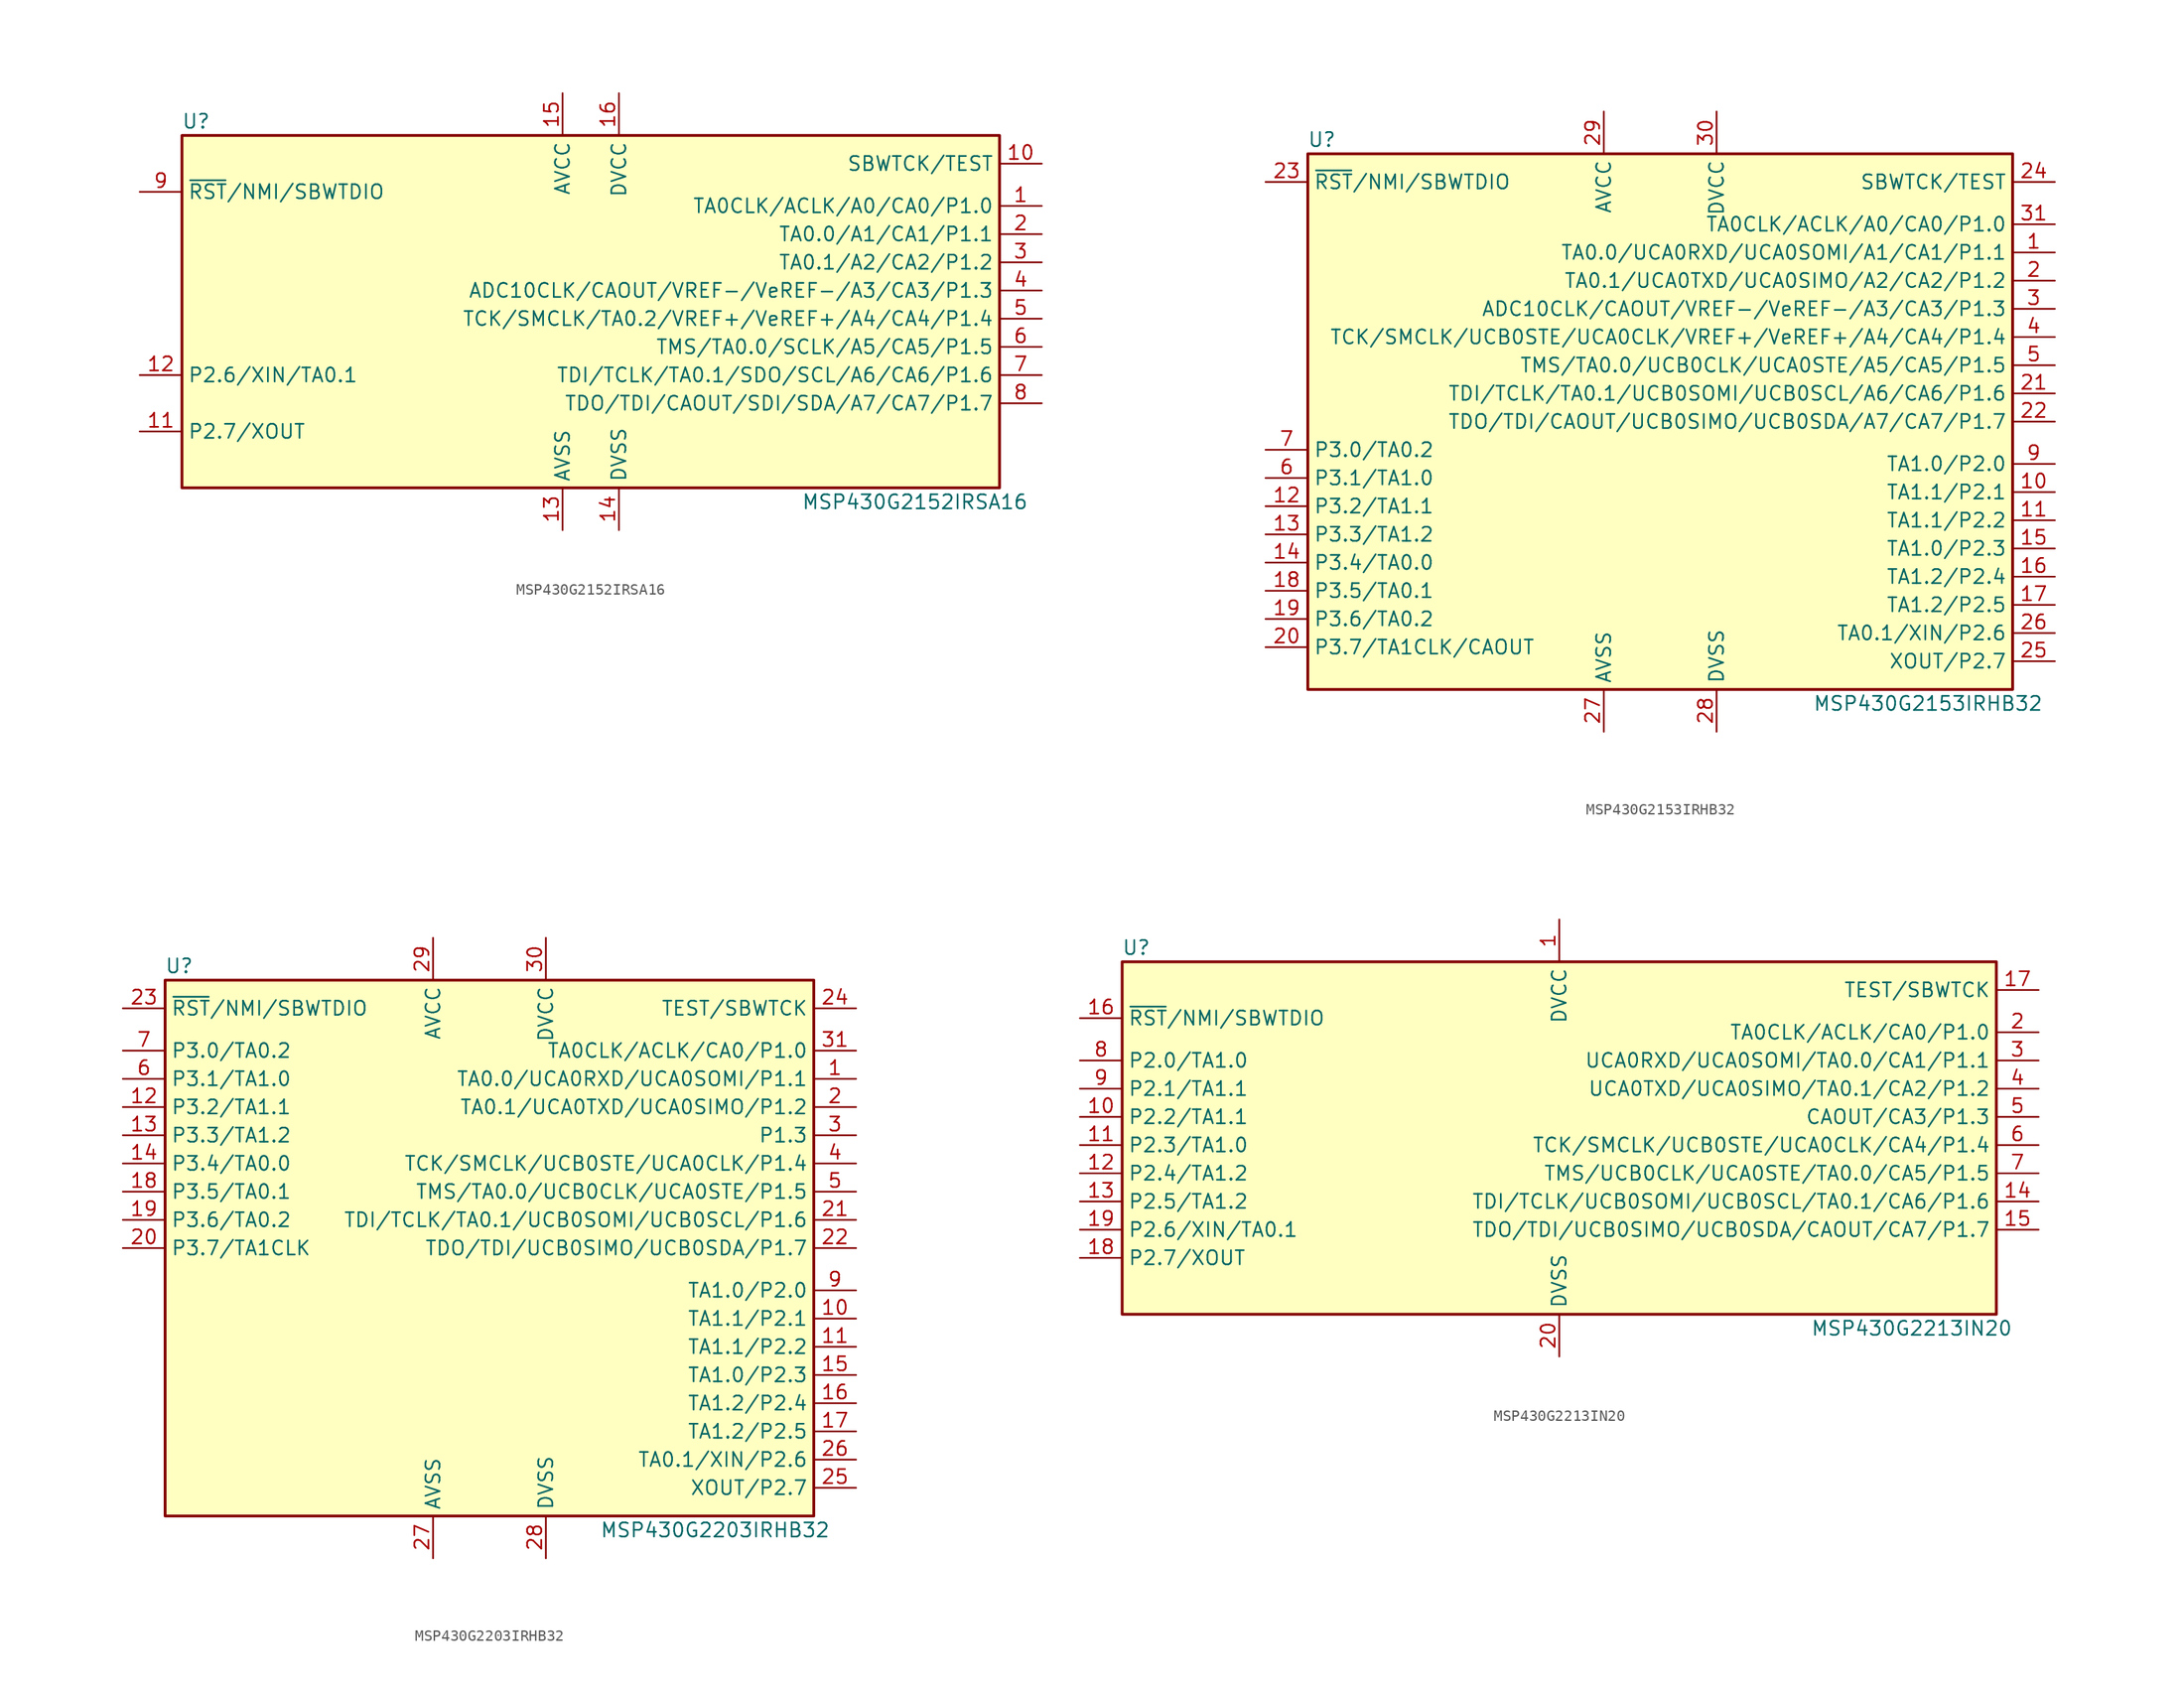
<source format=kicad_sym>
(kicad_symbol_lib
  (version 20201005)
  (generator kicad_symbol_editor)
  (symbol "MSP430G2152IRSA16"
    (property "Reference" "U"
      (at -35.56 17.78 0)
      (effects (font (size 1.27 1.27))))
    (property "Value" "MSP430G2152IRSA16"
      (at 29.21 -16.51 0)
      (effects (font (size 1.27 1.27))))
    (symbol "MSP430G2152IRSA16_0_1"
      (rectangle (start -36.83 16.51) (end 36.83 -15.24) (stroke (width 0.254)) (fill (type background))))
    (symbol "MSP430G2152IRSA16_1_1"
      (pin bidirectional line (at 40.64 10.16 180) (length 3.81) (name "TA0CLK/ACLK/A0/CA0/P1.0" (effects (font (size 1.27 1.27)))) (number "1" (effects (font (size 1.27 1.27)))))
      (pin input line (at 40.64 13.97 180) (length 3.81) (name "SBWTCK/TEST" (effects (font (size 1.27 1.27)))) (number "10" (effects (font (size 1.27 1.27)))))
      (pin bidirectional line (at -40.64 -10.16 0) (length 3.81) (name "P2.7/XOUT" (effects (font (size 1.27 1.27)))) (number "11" (effects (font (size 1.27 1.27)))))
      (pin bidirectional line (at -40.64 -5.08 0) (length 3.81) (name "P2.6/XIN/TA0.1" (effects (font (size 1.27 1.27)))) (number "12" (effects (font (size 1.27 1.27)))))
      (pin power_in line (at -2.54 -19.05 90) (length 3.81) (name "AVSS" (effects (font (size 1.27 1.27)))) (number "13" (effects (font (size 1.27 1.27)))))
      (pin power_in line (at 2.54 -19.05 90) (length 3.81) (name "DVSS" (effects (font (size 1.27 1.27)))) (number "14" (effects (font (size 1.27 1.27)))))
      (pin power_in line (at -2.54 20.32 270) (length 3.81) (name "AVCC" (effects (font (size 1.27 1.27)))) (number "15" (effects (font (size 1.27 1.27)))))
      (pin power_in line (at 2.54 20.32 270) (length 3.81) (name "DVCC" (effects (font (size 1.27 1.27)))) (number "16" (effects (font (size 1.27 1.27)))))
      (pin bidirectional line (at 40.64 7.62 180) (length 3.81) (name "TA0.0/A1/CA1/P1.1" (effects (font (size 1.27 1.27)))) (number "2" (effects (font (size 1.27 1.27)))))
      (pin bidirectional line (at 40.64 5.08 180) (length 3.81) (name "TA0.1/A2/CA2/P1.2" (effects (font (size 1.27 1.27)))) (number "3" (effects (font (size 1.27 1.27)))))
      (pin bidirectional line (at 40.64 2.54 180) (length 3.81) (name "ADC10CLK/CAOUT/VREF-/VeREF-/A3/CA3/P1.3" (effects (font (size 1.27 1.27)))) (number "4" (effects (font (size 1.27 1.27)))))
      (pin bidirectional line (at 40.64 0 180) (length 3.81) (name "TCK/SMCLK/TA0.2/VREF+/VeREF+/A4/CA4/P1.4" (effects (font (size 1.27 1.27)))) (number "5" (effects (font (size 1.27 1.27)))))
      (pin bidirectional line (at 40.64 -2.54 180) (length 3.81) (name "TMS/TA0.0/SCLK/A5/CA5/P1.5" (effects (font (size 1.27 1.27)))) (number "6" (effects (font (size 1.27 1.27)))))
      (pin bidirectional line (at 40.64 -5.08 180) (length 3.81) (name "TDI/TCLK/TA0.1/SDO/SCL/A6/CA6/P1.6" (effects (font (size 1.27 1.27)))) (number "7" (effects (font (size 1.27 1.27)))))
      (pin bidirectional line (at 40.64 -7.62 180) (length 3.81) (name "TDO/TDI/CAOUT/SDI/SDA/A7/CA7/P1.7" (effects (font (size 1.27 1.27)))) (number "8" (effects (font (size 1.27 1.27)))))
      (pin input line (at -40.64 11.43 0) (length 3.81) (name "~RST~/NMI/SBWTDIO" (effects (font (size 1.27 1.27)))) (number "9" (effects (font (size 1.27 1.27)))))))
  (symbol "MSP430G2153IRHB32"
    (property "Reference" "U"
      (at -30.48 25.4 0)
      (effects (font (size 1.27 1.27))))
    (property "Value" "MSP430G2153IRHB32"
      (at 24.13 -25.4 0)
      (effects (font (size 1.27 1.27))))
    (symbol "MSP430G2153IRHB32_0_1"
      (rectangle (start -31.75 24.13) (end 31.75 -24.13) (stroke (width 0.254)) (fill (type background))))
    (symbol "MSP430G2153IRHB32_1_1"
      (pin bidirectional line (at 35.56 15.24 180) (length 3.81) (name "TA0.0/UCA0RXD/UCA0SOMI/A1/CA1/P1.1" (effects (font (size 1.27 1.27)))) (number "1" (effects (font (size 1.27 1.27)))))
      (pin bidirectional line (at 35.56 -6.35 180) (length 3.81) (name "TA1.1/P2.1" (effects (font (size 1.27 1.27)))) (number "10" (effects (font (size 1.27 1.27)))))
      (pin bidirectional line (at 35.56 -8.89 180) (length 3.81) (name "TA1.1/P2.2" (effects (font (size 1.27 1.27)))) (number "11" (effects (font (size 1.27 1.27)))))
      (pin bidirectional line (at -35.56 -7.62 0) (length 3.81) (name "P3.2/TA1.1" (effects (font (size 1.27 1.27)))) (number "12" (effects (font (size 1.27 1.27)))))
      (pin bidirectional line (at -35.56 -10.16 0) (length 3.81) (name "P3.3/TA1.2" (effects (font (size 1.27 1.27)))) (number "13" (effects (font (size 1.27 1.27)))))
      (pin bidirectional line (at -35.56 -12.7 0) (length 3.81) (name "P3.4/TA0.0" (effects (font (size 1.27 1.27)))) (number "14" (effects (font (size 1.27 1.27)))))
      (pin bidirectional line (at 35.56 -11.43 180) (length 3.81) (name "TA1.0/P2.3" (effects (font (size 1.27 1.27)))) (number "15" (effects (font (size 1.27 1.27)))))
      (pin bidirectional line (at 35.56 -13.97 180) (length 3.81) (name "TA1.2/P2.4" (effects (font (size 1.27 1.27)))) (number "16" (effects (font (size 1.27 1.27)))))
      (pin bidirectional line (at 35.56 -16.51 180) (length 3.81) (name "TA1.2/P2.5" (effects (font (size 1.27 1.27)))) (number "17" (effects (font (size 1.27 1.27)))))
      (pin bidirectional line (at -35.56 -15.24 0) (length 3.81) (name "P3.5/TA0.1" (effects (font (size 1.27 1.27)))) (number "18" (effects (font (size 1.27 1.27)))))
      (pin bidirectional line (at -35.56 -17.78 0) (length 3.81) (name "P3.6/TA0.2" (effects (font (size 1.27 1.27)))) (number "19" (effects (font (size 1.27 1.27)))))
      (pin bidirectional line (at 35.56 12.7 180) (length 3.81) (name "TA0.1/UCA0TXD/UCA0SIMO/A2/CA2/P1.2" (effects (font (size 1.27 1.27)))) (number "2" (effects (font (size 1.27 1.27)))))
      (pin bidirectional line (at -35.56 -20.32 0) (length 3.81) (name "P3.7/TA1CLK/CAOUT" (effects (font (size 1.27 1.27)))) (number "20" (effects (font (size 1.27 1.27)))))
      (pin bidirectional line (at 35.56 2.54 180) (length 3.81) (name "TDI/TCLK/TA0.1/UCB0SOMI/UCB0SCL/A6/CA6/P1.6" (effects (font (size 1.27 1.27)))) (number "21" (effects (font (size 1.27 1.27)))))
      (pin bidirectional line (at 35.56 0 180) (length 3.81) (name "TDO/TDI/CAOUT/UCB0SIMO/UCB0SDA/A7/CA7/P1.7" (effects (font (size 1.27 1.27)))) (number "22" (effects (font (size 1.27 1.27)))))
      (pin input line (at -35.56 21.59 0) (length 3.81) (name "~RST~/NMI/SBWTDIO" (effects (font (size 1.27 1.27)))) (number "23" (effects (font (size 1.27 1.27)))))
      (pin input line (at 35.56 21.59 180) (length 3.81) (name "SBWTCK/TEST" (effects (font (size 1.27 1.27)))) (number "24" (effects (font (size 1.27 1.27)))))
      (pin bidirectional line (at 35.56 -21.59 180) (length 3.81) (name "XOUT/P2.7" (effects (font (size 1.27 1.27)))) (number "25" (effects (font (size 1.27 1.27)))))
      (pin bidirectional line (at 35.56 -19.05 180) (length 3.81) (name "TA0.1/XIN/P2.6" (effects (font (size 1.27 1.27)))) (number "26" (effects (font (size 1.27 1.27)))))
      (pin power_in line (at -5.08 -27.94 90) (length 3.81) (name "AVSS" (effects (font (size 1.27 1.27)))) (number "27" (effects (font (size 1.27 1.27)))))
      (pin power_in line (at 5.08 -27.94 90) (length 3.81) (name "DVSS" (effects (font (size 1.27 1.27)))) (number "28" (effects (font (size 1.27 1.27)))))
      (pin power_in line (at -5.08 27.94 270) (length 3.81) (name "AVCC" (effects (font (size 1.27 1.27)))) (number "29" (effects (font (size 1.27 1.27)))))
      (pin bidirectional line (at 35.56 10.16 180) (length 3.81) (name "ADC10CLK/CAOUT/VREF-/VeREF-/A3/CA3/P1.3" (effects (font (size 1.27 1.27)))) (number "3" (effects (font (size 1.27 1.27)))))
      (pin power_in line (at 5.08 27.94 270) (length 3.81) (name "DVCC" (effects (font (size 1.27 1.27)))) (number "30" (effects (font (size 1.27 1.27)))))
      (pin bidirectional line (at 35.56 17.78 180) (length 3.81) (name "TA0CLK/ACLK/A0/CA0/P1.0" (effects (font (size 1.27 1.27)))) (number "31" (effects (font (size 1.27 1.27)))))
      (pin bidirectional line (at 35.56 7.62 180) (length 3.81) (name "TCK/SMCLK/UCB0STE/UCA0CLK/VREF+/VeREF+/A4/CA4/P1.4" (effects (font (size 1.27 1.27)))) (number "4" (effects (font (size 1.27 1.27)))))
      (pin bidirectional line (at 35.56 5.08 180) (length 3.81) (name "TMS/TA0.0/UCB0CLK/UCA0STE/A5/CA5/P1.5" (effects (font (size 1.27 1.27)))) (number "5" (effects (font (size 1.27 1.27)))))
      (pin bidirectional line (at -35.56 -5.08 0) (length 3.81) (name "P3.1/TA1.0" (effects (font (size 1.27 1.27)))) (number "6" (effects (font (size 1.27 1.27)))))
      (pin bidirectional line (at -35.56 -2.54 0) (length 3.81) (name "P3.0/TA0.2" (effects (font (size 1.27 1.27)))) (number "7" (effects (font (size 1.27 1.27)))))
      (pin bidirectional line (at 35.56 -3.81 180) (length 3.81) (name "TA1.0/P2.0" (effects (font (size 1.27 1.27)))) (number "9" (effects (font (size 1.27 1.27)))))))
  (symbol "MSP430G2203IRHB32"
    (property "Reference" "U"
      (at -27.94 25.4 0)
      (effects (font (size 1.27 1.27))))
    (property "Value" "MSP430G2203IRHB32"
      (at 20.32 -25.4 0)
      (effects (font (size 1.27 1.27))))
    (symbol "MSP430G2203IRHB32_0_1"
      (rectangle (start -29.21 24.13) (end 29.21 -24.13) (stroke (width 0.254)) (fill (type background))))
    (symbol "MSP430G2203IRHB32_1_1"
      (pin bidirectional line (at 33.02 15.24 180) (length 3.81) (name "TA0.0/UCA0RXD/UCA0SOMI/P1.1" (effects (font (size 1.27 1.27)))) (number "1" (effects (font (size 1.27 1.27)))))
      (pin bidirectional line (at 33.02 -6.35 180) (length 3.81) (name "TA1.1/P2.1" (effects (font (size 1.27 1.27)))) (number "10" (effects (font (size 1.27 1.27)))))
      (pin bidirectional line (at 33.02 -8.89 180) (length 3.81) (name "TA1.1/P2.2" (effects (font (size 1.27 1.27)))) (number "11" (effects (font (size 1.27 1.27)))))
      (pin bidirectional line (at -33.02 12.7 0) (length 3.81) (name "P3.2/TA1.1" (effects (font (size 1.27 1.27)))) (number "12" (effects (font (size 1.27 1.27)))))
      (pin bidirectional line (at -33.02 10.16 0) (length 3.81) (name "P3.3/TA1.2" (effects (font (size 1.27 1.27)))) (number "13" (effects (font (size 1.27 1.27)))))
      (pin bidirectional line (at -33.02 7.62 0) (length 3.81) (name "P3.4/TA0.0" (effects (font (size 1.27 1.27)))) (number "14" (effects (font (size 1.27 1.27)))))
      (pin bidirectional line (at 33.02 -11.43 180) (length 3.81) (name "TA1.0/P2.3" (effects (font (size 1.27 1.27)))) (number "15" (effects (font (size 1.27 1.27)))))
      (pin bidirectional line (at 33.02 -13.97 180) (length 3.81) (name "TA1.2/P2.4" (effects (font (size 1.27 1.27)))) (number "16" (effects (font (size 1.27 1.27)))))
      (pin bidirectional line (at 33.02 -16.51 180) (length 3.81) (name "TA1.2/P2.5" (effects (font (size 1.27 1.27)))) (number "17" (effects (font (size 1.27 1.27)))))
      (pin bidirectional line (at -33.02 5.08 0) (length 3.81) (name "P3.5/TA0.1" (effects (font (size 1.27 1.27)))) (number "18" (effects (font (size 1.27 1.27)))))
      (pin bidirectional line (at -33.02 2.54 0) (length 3.81) (name "P3.6/TA0.2" (effects (font (size 1.27 1.27)))) (number "19" (effects (font (size 1.27 1.27)))))
      (pin bidirectional line (at 33.02 12.7 180) (length 3.81) (name "TA0.1/UCA0TXD/UCA0SIMO/P1.2" (effects (font (size 1.27 1.27)))) (number "2" (effects (font (size 1.27 1.27)))))
      (pin bidirectional line (at -33.02 0 0) (length 3.81) (name "P3.7/TA1CLK" (effects (font (size 1.27 1.27)))) (number "20" (effects (font (size 1.27 1.27)))))
      (pin bidirectional line (at 33.02 2.54 180) (length 3.81) (name "TDI/TCLK/TA0.1/UCB0SOMI/UCB0SCL/P1.6" (effects (font (size 1.27 1.27)))) (number "21" (effects (font (size 1.27 1.27)))))
      (pin bidirectional line (at 33.02 0 180) (length 3.81) (name "TDO/TDI/UCB0SIMO/UCB0SDA/P1.7" (effects (font (size 1.27 1.27)))) (number "22" (effects (font (size 1.27 1.27)))))
      (pin input line (at -33.02 21.59 0) (length 3.81) (name "~RST~/NMI/SBWTDIO" (effects (font (size 1.27 1.27)))) (number "23" (effects (font (size 1.27 1.27)))))
      (pin input line (at 33.02 21.59 180) (length 3.81) (name "TEST/SBWTCK" (effects (font (size 1.27 1.27)))) (number "24" (effects (font (size 1.27 1.27)))))
      (pin bidirectional line (at 33.02 -21.59 180) (length 3.81) (name "XOUT/P2.7" (effects (font (size 1.27 1.27)))) (number "25" (effects (font (size 1.27 1.27)))))
      (pin bidirectional line (at 33.02 -19.05 180) (length 3.81) (name "TA0.1/XIN/P2.6" (effects (font (size 1.27 1.27)))) (number "26" (effects (font (size 1.27 1.27)))))
      (pin power_in line (at -5.08 -27.94 90) (length 3.81) (name "AVSS" (effects (font (size 1.27 1.27)))) (number "27" (effects (font (size 1.27 1.27)))))
      (pin power_in line (at 5.08 -27.94 90) (length 3.81) (name "DVSS" (effects (font (size 1.27 1.27)))) (number "28" (effects (font (size 1.27 1.27)))))
      (pin power_in line (at -5.08 27.94 270) (length 3.81) (name "AVCC" (effects (font (size 1.27 1.27)))) (number "29" (effects (font (size 1.27 1.27)))))
      (pin bidirectional line (at 33.02 10.16 180) (length 3.81) (name "P1.3" (effects (font (size 1.27 1.27)))) (number "3" (effects (font (size 1.27 1.27)))))
      (pin power_in line (at 5.08 27.94 270) (length 3.81) (name "DVCC" (effects (font (size 1.27 1.27)))) (number "30" (effects (font (size 1.27 1.27)))))
      (pin bidirectional line (at 33.02 17.78 180) (length 3.81) (name "TA0CLK/ACLK/CA0/P1.0" (effects (font (size 1.27 1.27)))) (number "31" (effects (font (size 1.27 1.27)))))
      (pin bidirectional line (at 33.02 7.62 180) (length 3.81) (name "TCK/SMCLK/UCB0STE/UCA0CLK/P1.4" (effects (font (size 1.27 1.27)))) (number "4" (effects (font (size 1.27 1.27)))))
      (pin bidirectional line (at 33.02 5.08 180) (length 3.81) (name "TMS/TA0.0/UCB0CLK/UCA0STE/P1.5" (effects (font (size 1.27 1.27)))) (number "5" (effects (font (size 1.27 1.27)))))
      (pin bidirectional line (at -33.02 15.24 0) (length 3.81) (name "P3.1/TA1.0" (effects (font (size 1.27 1.27)))) (number "6" (effects (font (size 1.27 1.27)))))
      (pin bidirectional line (at -33.02 17.78 0) (length 3.81) (name "P3.0/TA0.2" (effects (font (size 1.27 1.27)))) (number "7" (effects (font (size 1.27 1.27)))))
      (pin bidirectional line (at 33.02 -3.81 180) (length 3.81) (name "TA1.0/P2.0" (effects (font (size 1.27 1.27)))) (number "9" (effects (font (size 1.27 1.27)))))))
  (symbol "MSP430G2213IN20"
    (property "Reference" "U"
      (at -38.1 17.78 0)
      (effects (font (size 1.27 1.27))))
    (property "Value" "MSP430G2213IN20"
      (at 31.75 -16.51 0)
      (effects (font (size 1.27 1.27))))
    (symbol "MSP430G2213IN20_0_1"
      (rectangle (start -39.37 16.51) (end 39.37 -15.24) (stroke (width 0.254)) (fill (type background))))
    (symbol "MSP430G2213IN20_1_1"
      (pin power_in line (at 0 20.32 270) (length 3.81) (name "DVCC" (effects (font (size 1.27 1.27)))) (number "1" (effects (font (size 1.27 1.27)))))
      (pin bidirectional line (at -43.18 2.54 0) (length 3.81) (name "P2.2/TA1.1" (effects (font (size 1.27 1.27)))) (number "10" (effects (font (size 1.27 1.27)))))
      (pin bidirectional line (at -43.18 0 0) (length 3.81) (name "P2.3/TA1.0" (effects (font (size 1.27 1.27)))) (number "11" (effects (font (size 1.27 1.27)))))
      (pin bidirectional line (at -43.18 -2.54 0) (length 3.81) (name "P2.4/TA1.2" (effects (font (size 1.27 1.27)))) (number "12" (effects (font (size 1.27 1.27)))))
      (pin bidirectional line (at -43.18 -5.08 0) (length 3.81) (name "P2.5/TA1.2" (effects (font (size 1.27 1.27)))) (number "13" (effects (font (size 1.27 1.27)))))
      (pin bidirectional line (at 43.18 -5.08 180) (length 3.81) (name "TDI/TCLK/UCB0SOMI/UCB0SCL/TA0.1/CA6/P1.6" (effects (font (size 1.27 1.27)))) (number "14" (effects (font (size 1.27 1.27)))))
      (pin bidirectional line (at 43.18 -7.62 180) (length 3.81) (name "TDO/TDI/UCB0SIMO/UCB0SDA/CAOUT/CA7/P1.7" (effects (font (size 1.27 1.27)))) (number "15" (effects (font (size 1.27 1.27)))))
      (pin input line (at -43.18 11.43 0) (length 3.81) (name "~RST~/NMI/SBWTDIO" (effects (font (size 1.27 1.27)))) (number "16" (effects (font (size 1.27 1.27)))))
      (pin input line (at 43.18 13.97 180) (length 3.81) (name "TEST/SBWTCK" (effects (font (size 1.27 1.27)))) (number "17" (effects (font (size 1.27 1.27)))))
      (pin bidirectional line (at -43.18 -10.16 0) (length 3.81) (name "P2.7/XOUT" (effects (font (size 1.27 1.27)))) (number "18" (effects (font (size 1.27 1.27)))))
      (pin bidirectional line (at -43.18 -7.62 0) (length 3.81) (name "P2.6/XIN/TA0.1" (effects (font (size 1.27 1.27)))) (number "19" (effects (font (size 1.27 1.27)))))
      (pin bidirectional line (at 43.18 10.16 180) (length 3.81) (name "TA0CLK/ACLK/CA0/P1.0" (effects (font (size 1.27 1.27)))) (number "2" (effects (font (size 1.27 1.27)))))
      (pin power_in line (at 0 -19.05 90) (length 3.81) (name "DVSS" (effects (font (size 1.27 1.27)))) (number "20" (effects (font (size 1.27 1.27)))))
      (pin bidirectional line (at 43.18 7.62 180) (length 3.81) (name "UCA0RXD/UCA0SOMI/TA0.0/CA1/P1.1" (effects (font (size 1.27 1.27)))) (number "3" (effects (font (size 1.27 1.27)))))
      (pin bidirectional line (at 43.18 5.08 180) (length 3.81) (name "UCA0TXD/UCA0SIMO/TA0.1/CA2/P1.2" (effects (font (size 1.27 1.27)))) (number "4" (effects (font (size 1.27 1.27)))))
      (pin bidirectional line (at 43.18 2.54 180) (length 3.81) (name "CAOUT/CA3/P1.3" (effects (font (size 1.27 1.27)))) (number "5" (effects (font (size 1.27 1.27)))))
      (pin bidirectional line (at 43.18 0 180) (length 3.81) (name "TCK/SMCLK/UCB0STE/UCA0CLK/CA4/P1.4" (effects (font (size 1.27 1.27)))) (number "6" (effects (font (size 1.27 1.27)))))
      (pin bidirectional line (at 43.18 -2.54 180) (length 3.81) (name "TMS/UCB0CLK/UCA0STE/TA0.0/CA5/P1.5" (effects (font (size 1.27 1.27)))) (number "7" (effects (font (size 1.27 1.27)))))
      (pin bidirectional line (at -43.18 7.62 0) (length 3.81) (name "P2.0/TA1.0" (effects (font (size 1.27 1.27)))) (number "8" (effects (font (size 1.27 1.27)))))
      (pin bidirectional line (at -43.18 5.08 0) (length 3.81) (name "P2.1/TA1.1" (effects (font (size 1.27 1.27)))) (number "9" (effects (font (size 1.27 1.27))))))))
</source>
